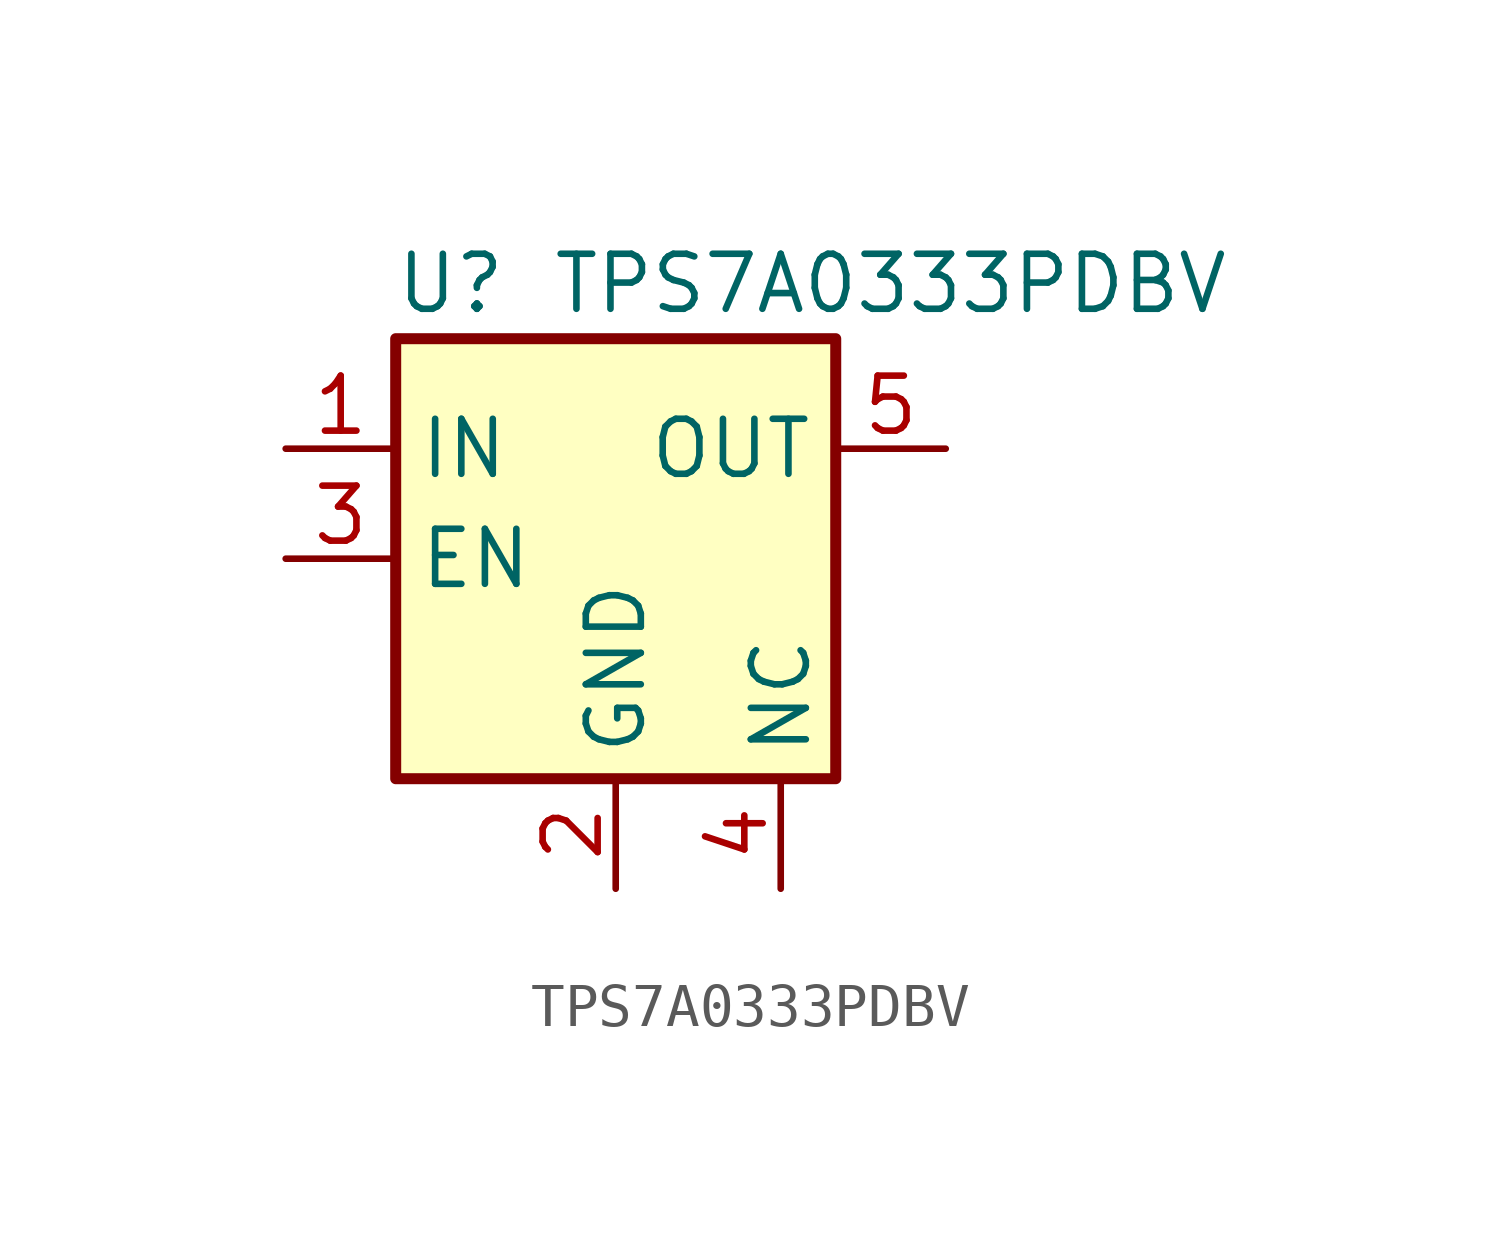
<source format=kicad_sym>
(kicad_symbol_lib
  (version 20231120)
  (generator "kicad_symbol_editor")
  (generator_version "8.0")
  (symbol "TPS7A0333PDBV"
    (property "Reference" "U"
      (at -3.81 6.35 0)
      (effects (font (size 1.27 1.27))))
    (property "Value" "TPS7A0333PDBV"
      (at 6.35 6.35 0)
      (effects (font (size 1.27 1.27))))
    (symbol "TPS7A0333PDBV_0_1"
      (rectangle (start -5.08 -5.08) (end 5.08 5.08) (stroke (width 0.254) (type default)) (fill (type background)))
      (pin power_in line (at -7.62 2.54 0) (length 2.54) (name "IN" (effects (font (size 1.27 1.27)))) (number "1" (effects (font (size 1.27 1.27)))))
      (pin power_in line (at 0 -7.62 90) (length 2.54) (name "GND" (effects (font (size 1.27 1.27)))) (number "2" (effects (font (size 1.27 1.27)))))
      (pin input line (at -7.62 0 0) (length 2.54) (name "EN" (effects (font (size 1.27 1.27)))) (number "3" (effects (font (size 1.27 1.27)))))
      (pin power_out line (at 7.62 2.54 180) (length 2.54) (name "OUT" (effects (font (size 1.27 1.27)))) (number "5" (effects (font (size 1.27 1.27))))))
    (symbol "TPS7A0333PDBV_1_1"
      (pin power_in line (at 3.81 -7.62 90) (length 2.54) (name "NC" (effects (font (size 1.27 1.27)))) (number "4" (effects (font (size 1.27 1.27))))))))
</source>
